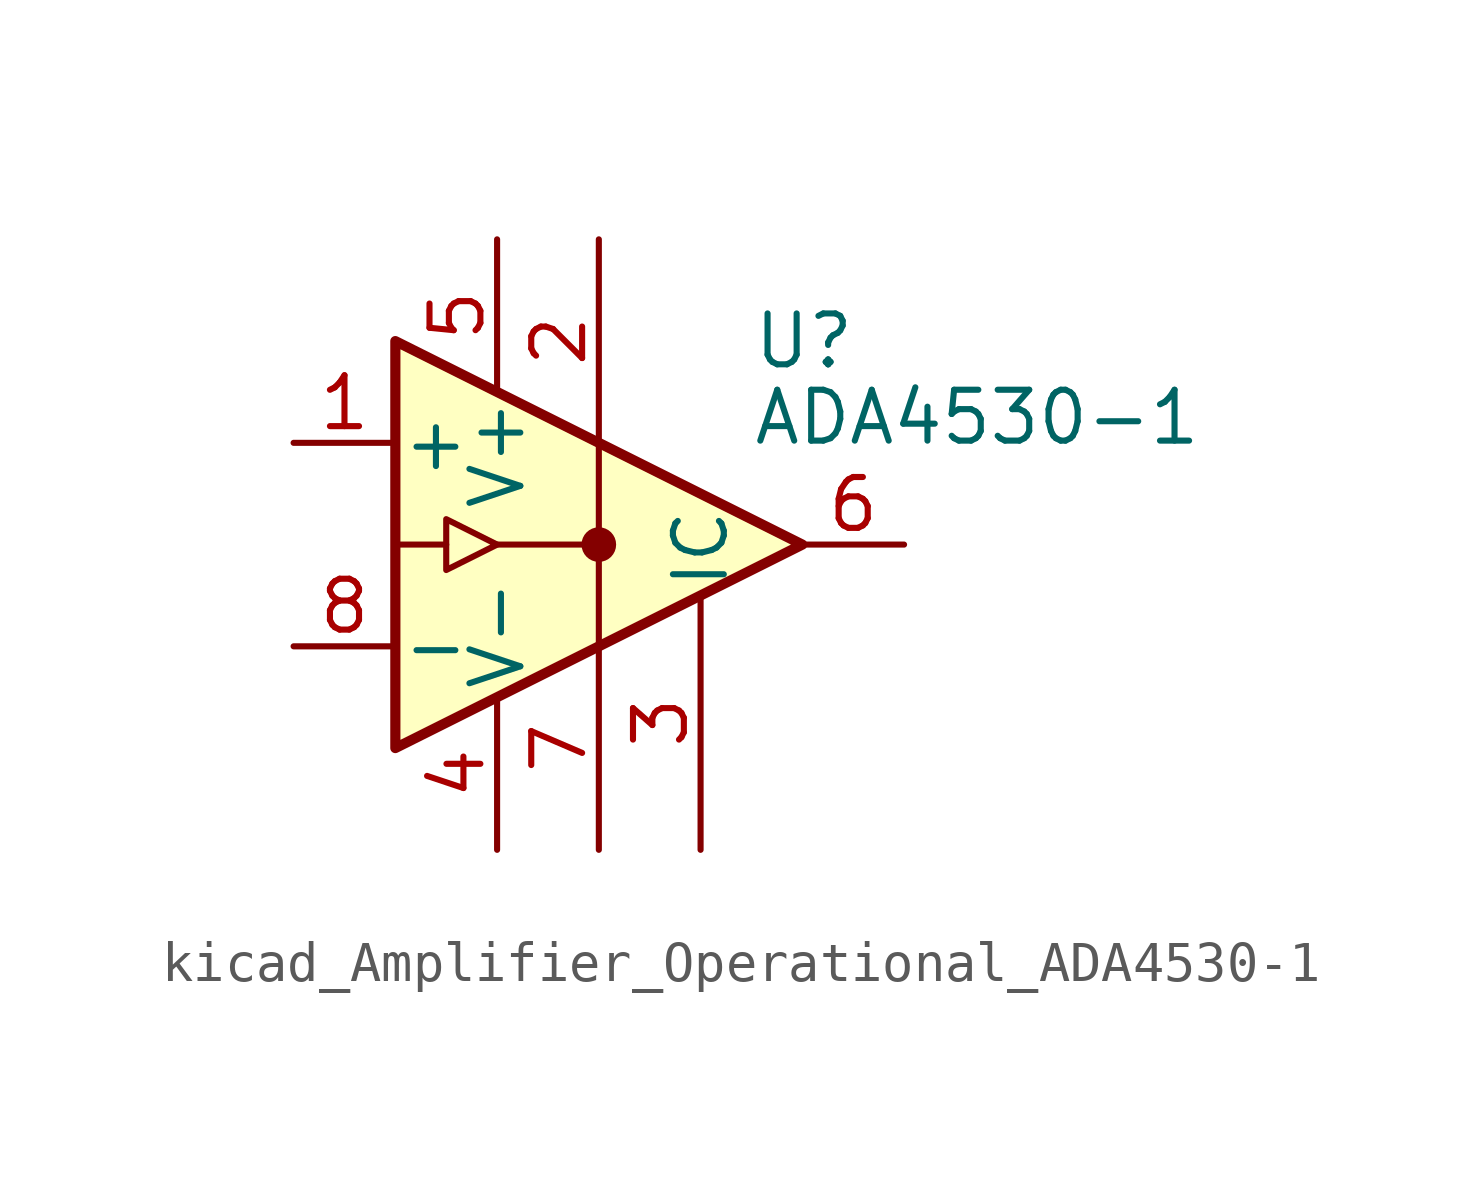
<source format=kicad_sym>
(kicad_symbol_lib
  (version 20220914)
  (generator kicad_symbol_editor)
  (symbol "kicad_Amplifier_Operational_ADA4530-1"
    (pin_names
      (offset 0.127))
    (property "Reference" "U"
      (at 3.81 5.08 0)
      (effects (font (size 1.27 1.27)) (justify left)))
    (property "Value" "ADA4530-1"
      (at 3.81 3.175 0)
      (effects (font (size 1.27 1.27)) (justify left)))
    (symbol "kicad_Amplifier_Operational_ADA4530-1_0_1"
      (polyline (pts (xy -3.81 0) (xy -5.08 0)) (stroke (width 0) (type default)) (fill (type none)))
      (polyline (pts (xy -2.54 0) (xy 0 0)) (stroke (width 0) (type default)) (fill (type none)))
      (polyline (pts (xy 0 2.54) (xy 0 -2.54)) (stroke (width 0) (type default)) (fill (type none)))
      (polyline (pts (xy -5.08 5.08) (xy 5.08 0) (xy -5.08 -5.08) (xy -5.08 5.08)) (stroke (width 0.254) (type default)) (fill (type background)))
      (polyline (pts (xy -3.81 -0.635) (xy -3.81 0.635) (xy -2.54 0) (xy -3.81 -0.635)) (stroke (width 0) (type default)) (fill (type none)))
      (circle (center 0 0) (radius 0.356) (stroke (width 0) (type default)) (fill (type outline))))
    (symbol "kicad_Amplifier_Operational_ADA4530-1_1_1"
      (pin input line (at -7.62 2.54 0) (length 2.54) (name "+" (effects (font (size 1.27 1.27)))) (number "1" (effects (font (size 1.27 1.27)))))
      (pin passive line (at 0 7.62 270) (length 5.08) (name "~" (effects (font (size 1.27 1.27)))) (number "2" (effects (font (size 1.27 1.27)))))
      (pin passive line (at 2.54 -7.62 90) (length 6.35) (name "IC" (effects (font (size 1.27 1.27)))) (number "3" (effects (font (size 1.27 1.27)))))
      (pin power_in line (at -2.54 -7.62 90) (length 3.81) (name "V-" (effects (font (size 1.27 1.27)))) (number "4" (effects (font (size 1.27 1.27)))))
      (pin power_in line (at -2.54 7.62 270) (length 3.81) (name "V+" (effects (font (size 1.27 1.27)))) (number "5" (effects (font (size 1.27 1.27)))))
      (pin output line (at 7.62 0 180) (length 2.54) (name "~" (effects (font (size 1.27 1.27)))) (number "6" (effects (font (size 1.27 1.27)))))
      (pin passive line (at 0 -7.62 90) (length 5.08) (name "~" (effects (font (size 1.27 1.27)))) (number "7" (effects (font (size 1.27 1.27)))))
      (pin input line (at -7.62 -2.54 0) (length 2.54) (name "-" (effects (font (size 1.27 1.27)))) (number "8" (effects (font (size 1.27 1.27))))))))
</source>
